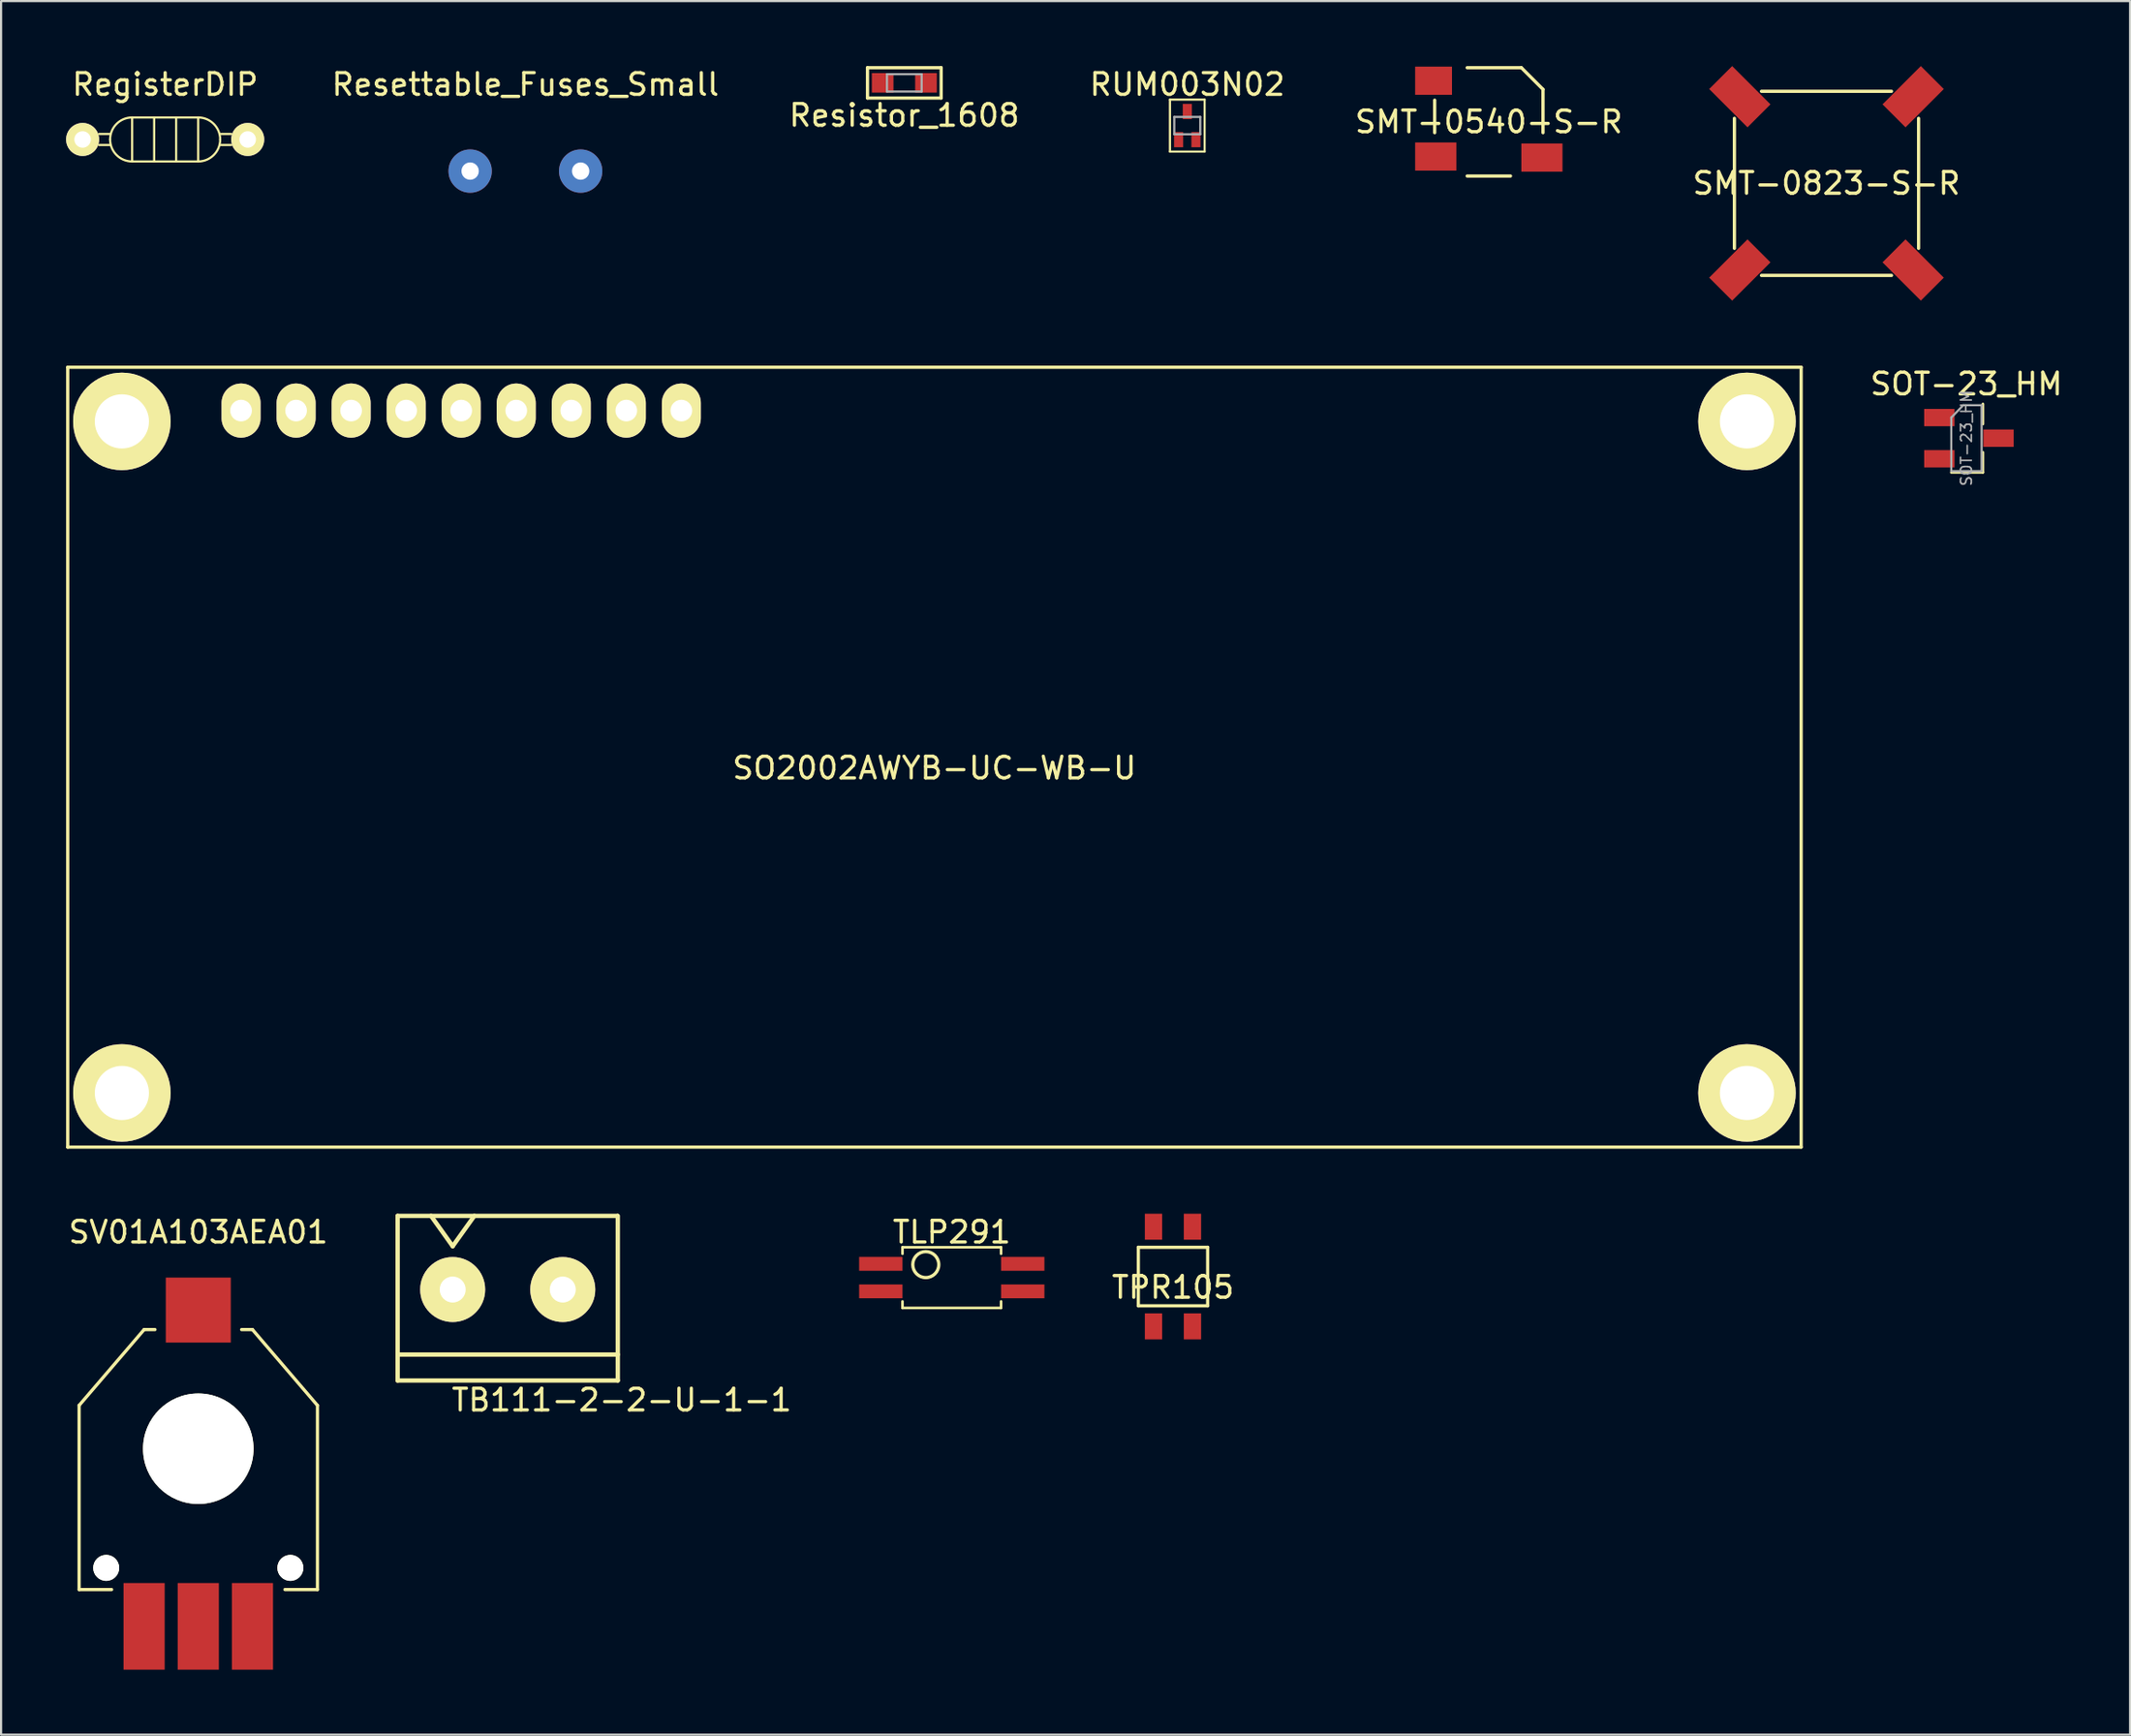
<source format=kicad_pcb>
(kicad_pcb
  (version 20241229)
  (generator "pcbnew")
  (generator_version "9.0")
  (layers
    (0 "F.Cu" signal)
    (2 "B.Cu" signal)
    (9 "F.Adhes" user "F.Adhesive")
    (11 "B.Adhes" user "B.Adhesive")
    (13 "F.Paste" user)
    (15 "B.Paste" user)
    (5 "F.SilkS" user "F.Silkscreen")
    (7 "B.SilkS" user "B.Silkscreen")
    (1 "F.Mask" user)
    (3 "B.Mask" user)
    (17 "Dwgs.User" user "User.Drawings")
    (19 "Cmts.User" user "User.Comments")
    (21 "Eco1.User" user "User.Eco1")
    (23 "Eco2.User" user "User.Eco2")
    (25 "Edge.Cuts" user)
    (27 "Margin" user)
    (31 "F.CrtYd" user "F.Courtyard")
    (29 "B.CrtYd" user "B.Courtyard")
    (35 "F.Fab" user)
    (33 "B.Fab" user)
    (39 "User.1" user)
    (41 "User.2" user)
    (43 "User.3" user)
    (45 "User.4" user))
  (footprint "RegisterDIP"
    (layer "F.Cu")
    (at 4.572 3.388)
    (property "Reference" "RegisterDIP" (at 0 -2.54 0) (layer "F.SilkS") (effects (font (size 1 1) (thickness 0.15))))
    (attr through_hole)
    (fp_line (start -2.54 -0.254) (end -3.048 -0.254) (stroke (width 0.1) (type solid)) (layer "F.SilkS"))
    (fp_line (start -2.54 0.254) (end -3.048 0.254) (stroke (width 0.1) (type solid)) (layer "F.SilkS"))
    (fp_line (start -1.524 -1.016) (end -1.524 1.016) (stroke (width 0.1) (type solid)) (layer "F.SilkS"))
    (fp_line (start -1.524 -1.016) (end 1.524 -1.016) (stroke (width 0.1) (type solid)) (layer "F.SilkS"))
    (fp_line (start -1.524 1.016) (end 1.524 1.016) (stroke (width 0.1) (type solid)) (layer "F.SilkS"))
    (fp_line (start -0.508 -1.016) (end -0.508 1.016) (stroke (width 0.1) (type solid)) (layer "F.SilkS"))
    (fp_line (start 0.508 -1.016) (end 0.508 1.016) (stroke (width 0.1) (type solid)) (layer "F.SilkS"))
    (fp_line (start 1.524 -1.016) (end 1.524 1.016) (stroke (width 0.1) (type solid)) (layer "F.SilkS"))
    (fp_line (start 2.54 -0.254) (end 3.048 -0.254) (stroke (width 0.1) (type solid)) (layer "F.SilkS"))
    (fp_line (start 2.54 0.254) (end 3.048 0.254) (stroke (width 0.1) (type solid)) (layer "F.SilkS"))
    (fp_arc (start -2.54 0) (mid -2.24242 -0.71842) (end -1.524 -1.016) (stroke (width 0.1) (type solid)) (layer "F.SilkS"))
    (fp_arc (start -1.524 1.016) (mid -2.24242 0.71842) (end -2.54 0) (stroke (width 0.1) (type solid)) (layer "F.SilkS"))
    (fp_arc (start 1.524 -1.016) (mid 2.24242 -0.71842) (end 2.54 0) (stroke (width 0.1) (type solid)) (layer "F.SilkS"))
    (fp_arc (start 2.54 0) (mid 2.24242 0.71842) (end 1.524 1.016) (stroke (width 0.1) (type solid)) (layer "F.SilkS"))
    (pad "1" thru_hole circle (at -3.81 0) (size 1.524 1.524) (drill 0.762) (layers "*.Cu" "*.Mask" "F.SilkS"))
    (pad "2" thru_hole circle (at 3.81 0) (size 1.524 1.524) (drill 0.762) (layers "*.Cu" "*.Mask" "F.SilkS")))
  (footprint "SMT-0540-S-R"
    (layer "F.Cu")
    (at 65.662 2.575)
    (property "Reference" "SMT-0540-S-R" (at 0 0 0) (layer "F.SilkS") (effects (font (size 1 1) (thickness 0.15))))
    (attr through_hole)
    (fp_line (start -2.5 -1) (end -2.5 0.5) (stroke (width 0.15) (type solid)) (layer "F.SilkS"))
    (fp_line (start -1 -2.5) (end 1.5 -2.5) (stroke (width 0.15) (type solid)) (layer "F.SilkS"))
    (fp_line (start -1 2.5) (end 1 2.5) (stroke (width 0.15) (type solid)) (layer "F.SilkS"))
    (fp_line (start 1.5 -2.5) (end 2.5 -1.5) (stroke (width 0.15) (type solid)) (layer "F.SilkS"))
    (fp_line (start 2.5 -1.5) (end 2.5 0.5) (stroke (width 0.15) (type solid)) (layer "F.SilkS"))
    (pad "1" smd rect (at -2.45 1.6) (size 1.9 1.3) (layers "F.Cu" "F.Mask" "F.Paste"))
    (pad "2" smd rect (at 2.45 1.65) (size 1.9 1.3) (layers "F.Cu" "F.Mask" "F.Paste"))
    (pad "~" smd rect (at -2.55 -1.9) (size 1.7 1.3) (layers "F.Cu" "F.Mask" "F.Paste")))
  (footprint "Resistor_1608"
    (layer "F.Cu")
    (at 38.686 0.775)
    (property "Reference" "Resistor_1608" (at 0 1.5 0) (layer "F.SilkS") (effects (font (size 1 1) (thickness 0.15))))
    (attr smd)
    (fp_line (start -1.7 -0.7) (end 1.7 -0.7) (stroke (width 0.15) (type solid)) (layer "F.SilkS"))
    (fp_line (start -1.7 0.7) (end -1.7 -0.7) (stroke (width 0.15) (type solid)) (layer "F.SilkS"))
    (fp_line (start 1.7 -0.7) (end 1.7 0.7) (stroke (width 0.15) (type solid)) (layer "F.SilkS"))
    (fp_line (start 1.7 0.7) (end -1.7 0.7) (stroke (width 0.15) (type solid)) (layer "F.SilkS"))
    (fp_line (start -0.8 -0.4) (end 0.8 -0.4) (stroke (width 0.1) (type solid)) (layer "F.Fab"))
    (fp_line (start -0.8 0.4) (end -0.8 -0.4) (stroke (width 0.1) (type solid)) (layer "F.Fab"))
    (fp_line (start 0.8 -0.4) (end 0.8 0.4) (stroke (width 0.1) (type solid)) (layer "F.Fab"))
    (fp_line (start 0.8 0.4) (end -0.8 0.4) (stroke (width 0.1) (type solid)) (layer "F.Fab"))
    (pad "1" smd rect (at -1 0) (size 1 0.9) (layers "F.Cu" "F.Mask" "F.Paste"))
    (pad "2" smd rect (at 1 0) (size 1 0.9) (layers "F.Cu" "F.Mask" "F.Paste")))
  (footprint "TPR105"
    (layer "F.Cu")
    (at 51.085 55.878)
    (property "Reference" "TPR105" (at 0 0.5 0) (layer "F.SilkS") (effects (font (size 1 1) (thickness 0.15))))
    (attr through_hole)
    (fp_line (start -1.6 -1.35) (end -1.6 1.35) (stroke (width 0.15) (type solid)) (layer "F.SilkS"))
    (fp_line (start -1.6 -1.35) (end 1.6 -1.35) (stroke (width 0.15) (type solid)) (layer "F.SilkS"))
    (fp_line (start -1.6 1.35) (end 1.6 1.35) (stroke (width 0.15) (type solid)) (layer "F.SilkS"))
    (fp_line (start 1.6 -1.35) (end 1.6 1.35) (stroke (width 0.15) (type solid)) (layer "F.SilkS"))
    (pad "1" smd rect (at -0.9 -2.3) (size 0.8 1.2) (layers "F.Cu" "F.Mask" "F.Paste"))
    (pad "2" smd rect (at -0.9 2.3) (size 0.8 1.2) (layers "F.Cu" "F.Mask" "F.Paste"))
    (pad "3" smd rect (at 0.9 -2.3) (size 0.8 1.2) (layers "F.Cu" "F.Mask" "F.Paste"))
    (pad "4" smd rect (at 0.9 2.3) (size 0.8 1.2) (layers "F.Cu" "F.Mask" "F.Paste")))
  (footprint "RUM003N02"
    (layer "F.Cu")
    (at 51.745 2.748)
    (property "Reference" "RUM003N02" (at 0 -1.9 0) (layer "F.SilkS") (effects (font (size 1 1) (thickness 0.15))))
    (attr through_hole)
    (fp_line (start -0.8 -1.2) (end 0.8 -1.2) (stroke (width 0.1) (type solid)) (layer "F.SilkS"))
    (fp_line (start -0.8 1.2) (end -0.8 -1.2) (stroke (width 0.1) (type solid)) (layer "F.SilkS"))
    (fp_line (start 0.8 -1.2) (end 0.8 1.2) (stroke (width 0.1) (type solid)) (layer "F.SilkS"))
    (fp_line (start 0.8 1.2) (end -0.8 1.2) (stroke (width 0.1) (type solid)) (layer "F.SilkS"))
    (fp_line (start -0.6 -0.4) (end 0.6 -0.4) (stroke (width 0.1) (type solid)) (layer "F.Fab"))
    (fp_line (start -0.6 0.4) (end -0.6 -0.4) (stroke (width 0.1) (type solid)) (layer "F.Fab"))
    (fp_line (start 0.6 -0.4) (end 0.6 0.4) (stroke (width 0.1) (type solid)) (layer "F.Fab"))
    (fp_line (start 0.6 0.4) (end -0.6 0.4) (stroke (width 0.1) (type solid)) (layer "F.Fab"))
    (pad "1" smd rect (at -0.4 0.65) (size 0.42 0.7) (layers "F.Cu" "F.Mask" "F.Paste"))
    (pad "2" smd rect (at 0.4 0.65) (size 0.42 0.7) (layers "F.Cu" "F.Mask" "F.Paste"))
    (pad "3" smd rect (at 0 -0.65) (size 0.42 0.7) (layers "F.Cu" "F.Mask" "F.Paste")))
  (footprint "SMT-0823-S-R"
    (layer "F.Cu")
    (at 81.245 5.414)
    (property "Reference" "SMT-0823-S-R" (at 0 0 0) (layer "F.SilkS") (effects (font (size 1 1) (thickness 0.15))))
    (attr through_hole)
    (fp_line (start -4.25 3) (end -4.25 -3) (stroke (width 0.15) (type solid)) (layer "F.SilkS"))
    (fp_line (start -3 -4.25) (end 3 -4.25) (stroke (width 0.15) (type solid)) (layer "F.SilkS"))
    (fp_line (start 3 4.25) (end -3 4.25) (stroke (width 0.15) (type solid)) (layer "F.SilkS"))
    (fp_line (start 4.25 -3) (end 4.25 3) (stroke (width 0.15) (type solid)) (layer "F.SilkS"))
    (pad "1" smd rect (at -4 -4 45) (size 1.5 2.5) (layers "F.Cu" "F.Mask" "F.Paste"))
    (pad "2" smd rect (at -4 4 45) (size 2.5 1.5) (layers "F.Cu" "F.Mask" "F.Paste"))
    (pad "~" smd rect (at 4 -4 45) (size 2.5 1.5) (layers "F.Cu" "F.Mask" "F.Paste"))
    (pad "~" smd rect (at 4 4 45) (size 1.5 2.5) (layers "F.Cu" "F.Mask" "F.Paste")))
  (footprint "SO2002AWYB-UC-WB-U"
    (layer "F.Cu")
    (at 40.075 31.903)
    (property "Reference" "SO2002AWYB-UC-WB-U" (at 0 0.5 0) (layer "F.SilkS") (effects (font (size 1 1) (thickness 0.15))))
    (attr through_hole)
    (fp_line (start -40 -18) (end -40 18) (stroke (width 0.15) (type solid)) (layer "F.SilkS"))
    (fp_line (start -40 -18) (end 40 -18) (stroke (width 0.15) (type solid)) (layer "F.SilkS"))
    (fp_line (start 40 -18) (end 40 18) (stroke (width 0.15) (type solid)) (layer "F.SilkS"))
    (fp_line (start 40 18) (end -40 18) (stroke (width 0.15) (type solid)) (layer "F.SilkS"))
    (pad "1" thru_hole oval (at -32 -16) (size 1.8 2.5) (drill 1) (layers "*.Cu" "*.Mask" "F.SilkS"))
    (pad "2" thru_hole oval (at -29.46 -16) (size 1.8 2.5) (drill 1) (layers "*.Cu" "*.Mask" "F.SilkS"))
    (pad "3" thru_hole oval (at -26.92 -16) (size 1.8 2.5) (drill 1) (layers "*.Cu" "*.Mask" "F.SilkS"))
    (pad "4" thru_hole oval (at -24.38 -16) (size 1.8 2.5) (drill 1) (layers "*.Cu" "*.Mask" "F.SilkS"))
    (pad "5" thru_hole oval (at -21.84 -16) (size 1.8 2.5) (drill 1) (layers "*.Cu" "*.Mask" "F.SilkS"))
    (pad "6" thru_hole oval (at -19.3 -16) (size 1.8 2.5) (drill 1) (layers "*.Cu" "*.Mask" "F.SilkS"))
    (pad "7" thru_hole oval (at -16.76 -16) (size 1.8 2.5) (drill 1) (layers "*.Cu" "*.Mask" "F.SilkS"))
    (pad "8" thru_hole oval (at -14.22 -16) (size 1.8 2.5) (drill 1) (layers "*.Cu" "*.Mask" "F.SilkS"))
    (pad "9" thru_hole oval (at -11.68 -16) (size 1.8 2.5) (drill 1) (layers "*.Cu" "*.Mask" "F.SilkS"))
    (pad "~" thru_hole circle (at -37.5 -15.5) (size 4.5 4.5) (drill 2.5) (layers "*.Cu" "*.Mask" "F.SilkS"))
    (pad "~" thru_hole circle (at -37.5 15.5) (size 4.5 4.5) (drill 2.5) (layers "*.Cu" "*.Mask" "F.SilkS"))
    (pad "~" thru_hole circle (at 37.5 -15.5) (size 4.5 4.5) (drill 2.5) (layers "*.Cu" "*.Mask" "F.SilkS"))
    (pad "~" thru_hole circle (at 37.5 15.5) (size 4.5 4.5) (drill 2.5) (layers "*.Cu" "*.Mask" "F.SilkS")))
  (footprint "TLP291"
    (layer "F.Cu")
    (at 40.876 55.927)
    (property "Reference" "TLP291" (at 0 -2.1 0) (layer "F.SilkS") (effects (font (size 1 1) (thickness 0.15))))
    (attr smd)
    (fp_line (start -2.275 -1.4) (end 2.275 -1.4) (stroke (width 0.12) (type solid)) (layer "F.SilkS"))
    (fp_line (start -2.275 -1.1) (end -2.275 -1.4) (stroke (width 0.12) (type solid)) (layer "F.SilkS"))
    (fp_line (start -2.275 1.4) (end -2.275 1.1) (stroke (width 0.12) (type solid)) (layer "F.SilkS"))
    (fp_line (start 2.275 -1.4) (end 2.275 -1.1) (stroke (width 0.12) (type solid)) (layer "F.SilkS"))
    (fp_line (start 2.275 1.1) (end 2.275 1.4) (stroke (width 0.12) (type solid)) (layer "F.SilkS"))
    (fp_line (start 2.275 1.4) (end -2.275 1.4) (stroke (width 0.12) (type solid)) (layer "F.SilkS"))
    (fp_circle (center -1.2 -0.6) (end -1.2 -1.2) (stroke (width 0.15) (type solid)) (fill no) (layer "F.SilkS"))
    (pad "1" smd rect (at -3.275 -0.635) (size 2 0.64) (layers "F.Cu" "F.Mask" "F.Paste"))
    (pad "2" smd rect (at -3.275 0.635) (size 2 0.64) (layers "F.Cu" "F.Mask" "F.Paste"))
    (pad "3" smd rect (at 3.275 0.635) (size 2 0.64) (layers "F.Cu" "F.Mask" "F.Paste"))
    (pad "4" smd rect (at 3.275 -0.635) (size 2 0.64) (layers "F.Cu" "F.Mask" "F.Paste")))
  (footprint "Resettable_Fuses_Small"
    (layer "F.Cu")
    (at 21.198 4.848)
    (property "Reference" "Resettable_Fuses_Small" (at 0 -4 0) (layer "F.SilkS") (effects (font (size 1 1) (thickness 0.15))))
    (attr through_hole)
    (pad "1" thru_hole circle (at -2.55 0) (size 2 2) (drill 0.8) (layers "*.Cu" "*.Mask"))
    (pad "2" thru_hole circle (at 2.55 0) (size 2 2) (drill 0.8) (layers "*.Cu" "*.Mask")))
  (footprint "TB111-2-2-U-1-1"
    (layer "F.Cu")
    (at 17.842 56.478)
    (property "Reference" "TB111-2-2-U-1-1" (at 7.8 5.1 0) (layer "F.SilkS") (effects (font (size 1 1) (thickness 0.15))))
    (attr through_hole)
    (fp_line (start -2.54 -3.4) (end 7.6 -3.4) (stroke (width 0.2) (type solid)) (layer "F.SilkS"))
    (fp_line (start -2.54 4.2) (end -2.54 -3.4) (stroke (width 0.2) (type solid)) (layer "F.SilkS"))
    (fp_line (start -2.54 4.2) (end 7.62 4.2) (stroke (width 0.2) (type solid)) (layer "F.SilkS"))
    (fp_line (start -1 -3.4) (end 0 -2) (stroke (width 0.2) (type solid)) (layer "F.SilkS"))
    (fp_line (start 0 -2) (end 1 -3.4) (stroke (width 0.2) (type solid)) (layer "F.SilkS"))
    (fp_line (start 7.62 3) (end -2.54 3) (stroke (width 0.2) (type solid)) (layer "F.SilkS"))
    (fp_line (start 7.62 4.2) (end 7.62 -3.4) (stroke (width 0.2) (type solid)) (layer "F.SilkS"))
    (pad "1" thru_hole circle (at 0 0) (size 3 3) (drill 1.2) (layers "*.Cu" "*.Mask" "F.SilkS"))
    (pad "2" thru_hole circle (at 5.08 0) (size 3 3) (drill 1.2) (layers "*.Cu" "*.Mask" "F.SilkS")))
  (footprint "SOT-23_HM"
    (layer "F.Cu")
    (at 87.704 17.177)
    (property "Reference" "SOT-23_HM" (at 0 -2.5 0) (layer "F.SilkS") (effects (font (size 1 1) (thickness 0.15))))
    (attr smd)
    (fp_line (start 0.76 -1.58) (end 0.76 -0.65) (stroke (width 0.12) (type solid)) (layer "F.SilkS"))
    (fp_line (start 0.76 1.58) (end -0.7 1.58) (stroke (width 0.12) (type solid)) (layer "F.SilkS"))
    (fp_line (start 0.76 1.58) (end 0.76 0.65) (stroke (width 0.12) (type solid)) (layer "F.SilkS"))
    (fp_line (start -0.7 -0.95) (end -0.7 1.5) (stroke (width 0.1) (type solid)) (layer "F.Fab"))
    (fp_line (start -0.7 -0.95) (end -0.15 -1.52) (stroke (width 0.1) (type solid)) (layer "F.Fab"))
    (fp_line (start -0.7 1.52) (end 0.7 1.52) (stroke (width 0.1) (type solid)) (layer "F.Fab"))
    (fp_line (start -0.15 -1.52) (end 0.7 -1.52) (stroke (width 0.1) (type solid)) (layer "F.Fab"))
    (fp_line (start 0.7 -1.52) (end 0.7 1.52) (stroke (width 0.1) (type solid)) (layer "F.Fab"))
    (fp_text user "${REFERENCE}" (at 0 0 90) (layer "F.Fab") (effects (font (size 0.5 0.5) (thickness 0.075))))
    (pad "1" smd rect (at -1.25 -0.95) (size 1.4 0.8) (layers "F.Cu" "F.Mask" "F.Paste"))
    (pad "2" smd rect (at -1.25 0.95) (size 1.4 0.8) (layers "F.Cu" "F.Mask" "F.Paste"))
    (pad "3" smd rect (at 1.48 0) (size 1.4 0.8) (layers "F.Cu" "F.Mask" "F.Paste")))
  (footprint "SV01A103AEA01"
    (layer "F.Cu")
    (at 6.101 63.827)
    (property "Reference" "SV01A103AEA01" (at 0 -10 0) (layer "F.SilkS") (effects (font (size 1 1) (thickness 0.15))))
    (attr through_hole)
    (fp_line (start -5.5 -2) (end -5.5 6.5) (stroke (width 0.15) (type solid)) (layer "F.SilkS"))
    (fp_line (start -5.5 -2) (end -2.5 -5.5) (stroke (width 0.15) (type solid)) (layer "F.SilkS"))
    (fp_line (start -5.5 6.5) (end -4 6.5) (stroke (width 0.15) (type solid)) (layer "F.SilkS"))
    (fp_line (start -2.5 -5.5) (end -2 -5.5) (stroke (width 0.15) (type solid)) (layer "F.SilkS"))
    (fp_line (start 2 -5.5) (end 2.5 -5.5) (stroke (width 0.15) (type solid)) (layer "F.SilkS"))
    (fp_line (start 2.5 -5.5) (end 5.5 -2) (stroke (width 0.15) (type solid)) (layer "F.SilkS"))
    (fp_line (start 5.5 6.5) (end 4 6.5) (stroke (width 0.15) (type solid)) (layer "F.SilkS"))
    (fp_line (start 5.5 6.5) (end 5.5 -2) (stroke (width 0.15) (type solid)) (layer "F.SilkS"))
    (pad "" np_thru_hole circle (at -4.25 5.5) (size 1.2 1.2) (drill 1.2) (layers "*.Cu" "*.Mask" "F.SilkS"))
    (pad "" np_thru_hole circle (at 0 0) (size 5.1 5.1) (drill 5.1) (layers "*.Cu" "*.Mask" "F.SilkS"))
    (pad "" np_thru_hole circle (at 4.25 5.5) (size 1.2 1.2) (drill 1.2) (layers "*.Cu" "*.Mask" "F.SilkS"))
    (pad "1" smd rect (at -2.5 8.2) (size 1.9 4) (layers "F.Cu" "F.Mask" "F.Paste"))
    (pad "2" smd rect (at 0 -6.4) (size 3 3) (layers "F.Cu" "F.Mask" "F.Paste"))
    (pad "2" smd rect (at 0 8.2) (size 1.9 4) (layers "F.Cu" "F.Mask" "F.Paste"))
    (pad "3" smd rect (at 2.5 8.2) (size 1.9 4) (layers "F.Cu" "F.Mask" "F.Paste")))
  (gr_rect
    (start -3 -3)
    (end 95.257 77.027)
    (stroke (width 0.1) (type default))
    (fill no)
    (layer "Edge.Cuts")))
</source>
